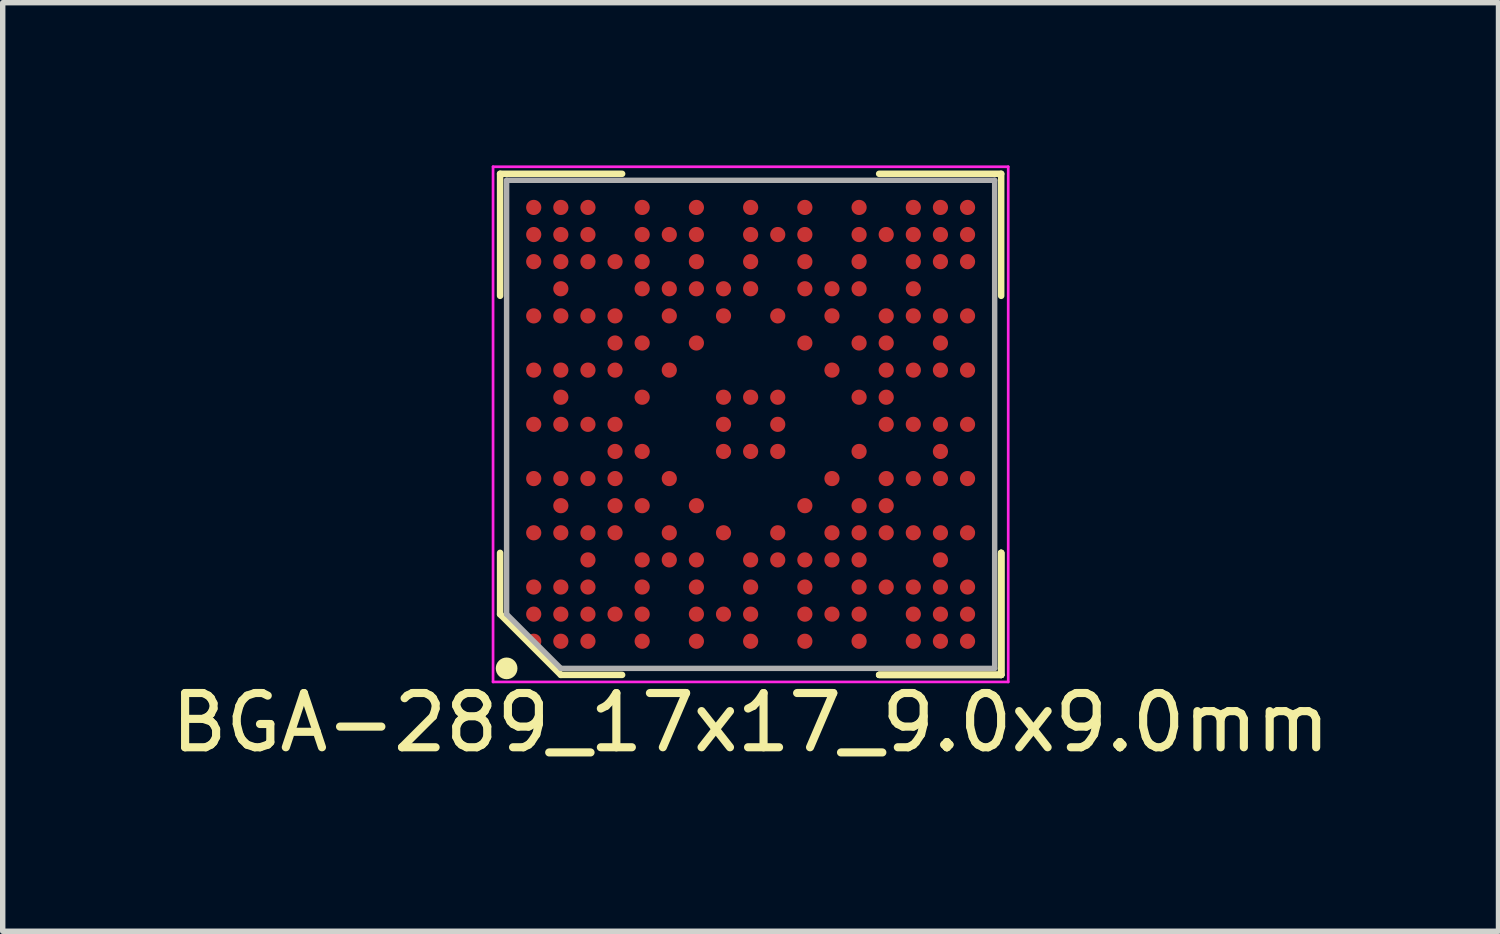
<source format=kicad_pcb>
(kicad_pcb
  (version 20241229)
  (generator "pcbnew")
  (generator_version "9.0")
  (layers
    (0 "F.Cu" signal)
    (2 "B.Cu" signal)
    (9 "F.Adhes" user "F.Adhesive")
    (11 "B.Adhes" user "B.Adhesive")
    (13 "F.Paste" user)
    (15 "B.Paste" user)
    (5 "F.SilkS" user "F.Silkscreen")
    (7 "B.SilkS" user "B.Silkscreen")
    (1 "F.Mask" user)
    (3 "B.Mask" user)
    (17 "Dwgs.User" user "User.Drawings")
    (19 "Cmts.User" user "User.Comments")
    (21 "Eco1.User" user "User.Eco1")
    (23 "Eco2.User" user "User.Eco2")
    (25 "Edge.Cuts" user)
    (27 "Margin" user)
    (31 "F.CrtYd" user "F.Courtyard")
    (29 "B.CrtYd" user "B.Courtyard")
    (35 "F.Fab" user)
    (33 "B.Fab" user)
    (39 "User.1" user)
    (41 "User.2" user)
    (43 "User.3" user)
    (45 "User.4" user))
  (footprint "BGA-289_17x17_9.0x9.0mm"
    (layer "F.Cu")
    (at 10.792 4.775)
    (property "Reference" "BGA-289_17x17_9.0x9.0mm" (at 0 5.5 0) (layer "F.SilkS") (effects (font (size 1 1) (thickness 0.15))))
    (attr through_hole)
    (fp_line (start -4.62 -4.62) (end -4.62 -2.37) (stroke (width 0.12) (type solid)) (layer "F.SilkS"))
    (fp_line (start -4.62 3.5) (end -4.62 2.37) (stroke (width 0.12) (type solid)) (layer "F.SilkS"))
    (fp_line (start -3.5 4.62) (end -4.62 3.5) (stroke (width 0.12) (type solid)) (layer "F.SilkS"))
    (fp_line (start -2.37 -4.62) (end -4.62 -4.62) (stroke (width 0.12) (type solid)) (layer "F.SilkS"))
    (fp_line (start -2.37 4.62) (end -3.5 4.62) (stroke (width 0.12) (type solid)) (layer "F.SilkS"))
    (fp_line (start 2.37 -4.62) (end 4.62 -4.62) (stroke (width 0.12) (type solid)) (layer "F.SilkS"))
    (fp_line (start 2.37 4.62) (end 4.62 4.62) (stroke (width 0.12) (type solid)) (layer "F.SilkS"))
    (fp_line (start 2.37 4.62) (end 4.62 4.62) (stroke (width 0.12) (type solid)) (layer "F.SilkS"))
    (fp_line (start 2.37 4.62) (end 4.62 4.62) (stroke (width 0.12) (type solid)) (layer "F.SilkS"))
    (fp_line (start 4.62 -4.62) (end 4.62 -2.37) (stroke (width 0.12) (type solid)) (layer "F.SilkS"))
    (fp_line (start 4.62 4.62) (end 4.62 2.37) (stroke (width 0.12) (type solid)) (layer "F.SilkS"))
    (fp_line (start 4.62 4.62) (end 4.62 2.37) (stroke (width 0.12) (type solid)) (layer "F.SilkS"))
    (fp_line (start 4.62 4.62) (end 4.62 2.37) (stroke (width 0.12) (type solid)) (layer "F.SilkS"))
    (fp_circle (center -4.5 4.5) (end -4.5 4.4) (stroke (width 0.2) (type solid)) (fill no) (layer "F.SilkS"))
    (fp_line (start -4.75 -4.75) (end -4.75 4.75) (stroke (width 0.05) (type solid)) (layer "F.CrtYd"))
    (fp_line (start -4.75 4.75) (end 4.75 4.75) (stroke (width 0.05) (type solid)) (layer "F.CrtYd"))
    (fp_line (start 4.75 -4.75) (end -4.75 -4.75) (stroke (width 0.05) (type solid)) (layer "F.CrtYd"))
    (fp_line (start 4.75 4.75) (end 4.75 -4.75) (stroke (width 0.05) (type solid)) (layer "F.CrtYd"))
    (fp_line (start -4.5 -4.5) (end 4.5 -4.5) (stroke (width 0.1) (type solid)) (layer "F.Fab"))
    (fp_line (start -4.5 3.5) (end -4.5 -4.5) (stroke (width 0.1) (type solid)) (layer "F.Fab"))
    (fp_line (start -3.5 4.5) (end -4.5 3.5) (stroke (width 0.1) (type solid)) (layer "F.Fab"))
    (fp_line (start 4.5 -4.5) (end 4.5 4.5) (stroke (width 0.1) (type solid)) (layer "F.Fab"))
    (fp_line (start 4.5 4.5) (end -3.5 4.5) (stroke (width 0.1) (type solid)) (layer "F.Fab"))
    (pad "A1" smd circle (at -4 4 180) (size 0.28 0.28) (layers "F.Cu" "F.Mask" "F.Paste"))
    (pad "A2" smd circle (at -3.5 4 180) (size 0.28 0.28) (layers "F.Cu" "F.Mask" "F.Paste"))
    (pad "A3" smd circle (at -3 4 180) (size 0.28 0.28) (layers "F.Cu" "F.Mask" "F.Paste"))
    (pad "A5" smd circle (at -2 4 180) (size 0.28 0.28) (layers "F.Cu" "F.Mask" "F.Paste"))
    (pad "A7" smd circle (at -1 4 180) (size 0.28 0.28) (layers "F.Cu" "F.Mask" "F.Paste"))
    (pad "A9" smd circle (at 0 4 180) (size 0.28 0.28) (layers "F.Cu" "F.Mask" "F.Paste"))
    (pad "A11" smd circle (at 1 4 180) (size 0.28 0.28) (layers "F.Cu" "F.Mask" "F.Paste"))
    (pad "A13" smd circle (at 2 4 180) (size 0.28 0.28) (layers "F.Cu" "F.Mask" "F.Paste"))
    (pad "A15" smd circle (at 3 4 180) (size 0.28 0.28) (layers "F.Cu" "F.Mask" "F.Paste"))
    (pad "A16" smd circle (at 3.5 4 180) (size 0.28 0.28) (layers "F.Cu" "F.Mask" "F.Paste"))
    (pad "A17" smd circle (at 4 4 180) (size 0.28 0.28) (layers "F.Cu" "F.Mask" "F.Paste"))
    (pad "B1" smd circle (at -4 3.5 180) (size 0.28 0.28) (layers "F.Cu" "F.Mask" "F.Paste"))
    (pad "B2" smd circle (at -3.5 3.5 180) (size 0.28 0.28) (layers "F.Cu" "F.Mask" "F.Paste"))
    (pad "B3" smd circle (at -3 3.5 180) (size 0.28 0.28) (layers "F.Cu" "F.Mask" "F.Paste"))
    (pad "B4" smd circle (at -2.5 3.5 180) (size 0.28 0.28) (layers "F.Cu" "F.Mask" "F.Paste"))
    (pad "B5" smd circle (at -2 3.5 180) (size 0.28 0.28) (layers "F.Cu" "F.Mask" "F.Paste"))
    (pad "B7" smd circle (at -1 3.5 180) (size 0.28 0.28) (layers "F.Cu" "F.Mask" "F.Paste"))
    (pad "B8" smd circle (at -0.5 3.5 180) (size 0.28 0.28) (layers "F.Cu" "F.Mask" "F.Paste"))
    (pad "B9" smd circle (at 0 3.5 180) (size 0.28 0.28) (layers "F.Cu" "F.Mask" "F.Paste"))
    (pad "B11" smd circle (at 1 3.5 180) (size 0.28 0.28) (layers "F.Cu" "F.Mask" "F.Paste"))
    (pad "B12" smd circle (at 1.5 3.5 180) (size 0.28 0.28) (layers "F.Cu" "F.Mask" "F.Paste"))
    (pad "B13" smd circle (at 2 3.5 180) (size 0.28 0.28) (layers "F.Cu" "F.Mask" "F.Paste"))
    (pad "B15" smd circle (at 3 3.5 180) (size 0.28 0.28) (layers "F.Cu" "F.Mask" "F.Paste"))
    (pad "B16" smd circle (at 3.5 3.5 180) (size 0.28 0.28) (layers "F.Cu" "F.Mask" "F.Paste"))
    (pad "B17" smd circle (at 4 3.5 180) (size 0.28 0.28) (layers "F.Cu" "F.Mask" "F.Paste"))
    (pad "C1" smd circle (at -4 3 180) (size 0.28 0.28) (layers "F.Cu" "F.Mask" "F.Paste"))
    (pad "C2" smd circle (at -3.5 3 180) (size 0.28 0.28) (layers "F.Cu" "F.Mask" "F.Paste"))
    (pad "C3" smd circle (at -3 3 180) (size 0.28 0.28) (layers "F.Cu" "F.Mask" "F.Paste"))
    (pad "C5" smd circle (at -2 3 180) (size 0.28 0.28) (layers "F.Cu" "F.Mask" "F.Paste"))
    (pad "C7" smd circle (at -1 3 180) (size 0.28 0.28) (layers "F.Cu" "F.Mask" "F.Paste"))
    (pad "C9" smd circle (at 0 3 180) (size 0.28 0.28) (layers "F.Cu" "F.Mask" "F.Paste"))
    (pad "C11" smd circle (at 1 3 180) (size 0.28 0.28) (layers "F.Cu" "F.Mask" "F.Paste"))
    (pad "C13" smd circle (at 2 3 180) (size 0.28 0.28) (layers "F.Cu" "F.Mask" "F.Paste"))
    (pad "C14" smd circle (at 2.5 3 180) (size 0.28 0.28) (layers "F.Cu" "F.Mask" "F.Paste"))
    (pad "C15" smd circle (at 3 3 180) (size 0.28 0.28) (layers "F.Cu" "F.Mask" "F.Paste"))
    (pad "C16" smd circle (at 3.5 3 180) (size 0.28 0.28) (layers "F.Cu" "F.Mask" "F.Paste"))
    (pad "C17" smd circle (at 4 3 180) (size 0.28 0.28) (layers "F.Cu" "F.Mask" "F.Paste"))
    (pad "D3" smd circle (at -3 2.5 180) (size 0.28 0.28) (layers "F.Cu" "F.Mask" "F.Paste"))
    (pad "D5" smd circle (at -2 2.5 180) (size 0.28 0.28) (layers "F.Cu" "F.Mask" "F.Paste"))
    (pad "D6" smd circle (at -1.5 2.5 180) (size 0.28 0.28) (layers "F.Cu" "F.Mask" "F.Paste"))
    (pad "D7" smd circle (at -1 2.5 180) (size 0.28 0.28) (layers "F.Cu" "F.Mask" "F.Paste"))
    (pad "D9" smd circle (at 0 2.5 180) (size 0.28 0.28) (layers "F.Cu" "F.Mask" "F.Paste"))
    (pad "D10" smd circle (at 0.5 2.5 180) (size 0.28 0.28) (layers "F.Cu" "F.Mask" "F.Paste"))
    (pad "D11" smd circle (at 1 2.5 180) (size 0.28 0.28) (layers "F.Cu" "F.Mask" "F.Paste"))
    (pad "D12" smd circle (at 1.5 2.5 180) (size 0.28 0.28) (layers "F.Cu" "F.Mask" "F.Paste"))
    (pad "D13" smd circle (at 2 2.5 180) (size 0.28 0.28) (layers "F.Cu" "F.Mask" "F.Paste"))
    (pad "D16" smd circle (at 3.5 2.5 180) (size 0.28 0.28) (layers "F.Cu" "F.Mask" "F.Paste"))
    (pad "E1" smd circle (at -4 2 180) (size 0.28 0.28) (layers "F.Cu" "F.Mask" "F.Paste"))
    (pad "E2" smd circle (at -3.5 2 180) (size 0.28 0.28) (layers "F.Cu" "F.Mask" "F.Paste"))
    (pad "E3" smd circle (at -3 2 180) (size 0.28 0.28) (layers "F.Cu" "F.Mask" "F.Paste"))
    (pad "E4" smd circle (at -2.5 2 180) (size 0.28 0.28) (layers "F.Cu" "F.Mask" "F.Paste"))
    (pad "E6" smd circle (at -1.5 2 180) (size 0.28 0.28) (layers "F.Cu" "F.Mask" "F.Paste"))
    (pad "E8" smd circle (at -0.5 2 180) (size 0.28 0.28) (layers "F.Cu" "F.Mask" "F.Paste"))
    (pad "E10" smd circle (at 0.5 2 180) (size 0.28 0.28) (layers "F.Cu" "F.Mask" "F.Paste"))
    (pad "E12" smd circle (at 1.5 2 180) (size 0.28 0.28) (layers "F.Cu" "F.Mask" "F.Paste"))
    (pad "E13" smd circle (at 2 2 180) (size 0.28 0.28) (layers "F.Cu" "F.Mask" "F.Paste"))
    (pad "E14" smd circle (at 2.5 2 180) (size 0.28 0.28) (layers "F.Cu" "F.Mask" "F.Paste"))
    (pad "E15" smd circle (at 3 2 180) (size 0.28 0.28) (layers "F.Cu" "F.Mask" "F.Paste"))
    (pad "E16" smd circle (at 3.5 2 180) (size 0.28 0.28) (layers "F.Cu" "F.Mask" "F.Paste"))
    (pad "E17" smd circle (at 4 2 180) (size 0.28 0.28) (layers "F.Cu" "F.Mask" "F.Paste"))
    (pad "F2" smd circle (at -3.5 1.5 180) (size 0.28 0.28) (layers "F.Cu" "F.Mask" "F.Paste"))
    (pad "F4" smd circle (at -2.5 1.5 180) (size 0.28 0.28) (layers "F.Cu" "F.Mask" "F.Paste"))
    (pad "F5" smd circle (at -2 1.5 180) (size 0.28 0.28) (layers "F.Cu" "F.Mask" "F.Paste"))
    (pad "F7" smd circle (at -1 1.5 180) (size 0.28 0.28) (layers "F.Cu" "F.Mask" "F.Paste"))
    (pad "F11" smd circle (at 1 1.5 180) (size 0.28 0.28) (layers "F.Cu" "F.Mask" "F.Paste"))
    (pad "F13" smd circle (at 2 1.5 180) (size 0.28 0.28) (layers "F.Cu" "F.Mask" "F.Paste"))
    (pad "F14" smd circle (at 2.5 1.5 180) (size 0.28 0.28) (layers "F.Cu" "F.Mask" "F.Paste"))
    (pad "G1" smd circle (at -4 1 180) (size 0.28 0.28) (layers "F.Cu" "F.Mask" "F.Paste"))
    (pad "G2" smd circle (at -3.5 1 180) (size 0.28 0.28) (layers "F.Cu" "F.Mask" "F.Paste"))
    (pad "G3" smd circle (at -3 1 180) (size 0.28 0.28) (layers "F.Cu" "F.Mask" "F.Paste"))
    (pad "G4" smd circle (at -2.5 1 180) (size 0.28 0.28) (layers "F.Cu" "F.Mask" "F.Paste"))
    (pad "G6" smd circle (at -1.5 1 180) (size 0.28 0.28) (layers "F.Cu" "F.Mask" "F.Paste"))
    (pad "G12" smd circle (at 1.5 1 180) (size 0.28 0.28) (layers "F.Cu" "F.Mask" "F.Paste"))
    (pad "G14" smd circle (at 2.5 1 180) (size 0.28 0.28) (layers "F.Cu" "F.Mask" "F.Paste"))
    (pad "G15" smd circle (at 3 1 180) (size 0.28 0.28) (layers "F.Cu" "F.Mask" "F.Paste"))
    (pad "G16" smd circle (at 3.5 1 180) (size 0.28 0.28) (layers "F.Cu" "F.Mask" "F.Paste"))
    (pad "G17" smd circle (at 4 1 180) (size 0.28 0.28) (layers "F.Cu" "F.Mask" "F.Paste"))
    (pad "H4" smd circle (at -2.5 0.5 180) (size 0.28 0.28) (layers "F.Cu" "F.Mask" "F.Paste"))
    (pad "H5" smd circle (at -2 0.5 180) (size 0.28 0.28) (layers "F.Cu" "F.Mask" "F.Paste"))
    (pad "H8" smd circle (at -0.5 0.5 180) (size 0.28 0.28) (layers "F.Cu" "F.Mask" "F.Paste"))
    (pad "H9" smd circle (at 0 0.5 180) (size 0.28 0.28) (layers "F.Cu" "F.Mask" "F.Paste"))
    (pad "H10" smd circle (at 0.5 0.5 180) (size 0.28 0.28) (layers "F.Cu" "F.Mask" "F.Paste"))
    (pad "H13" smd circle (at 2 0.5 180) (size 0.28 0.28) (layers "F.Cu" "F.Mask" "F.Paste"))
    (pad "H16" smd circle (at 3.5 0.5 180) (size 0.28 0.28) (layers "F.Cu" "F.Mask" "F.Paste"))
    (pad "J1" smd circle (at -4 0 180) (size 0.28 0.28) (layers "F.Cu" "F.Mask" "F.Paste"))
    (pad "J2" smd circle (at -3.5 0 180) (size 0.28 0.28) (layers "F.Cu" "F.Mask" "F.Paste"))
    (pad "J3" smd circle (at -3 0 180) (size 0.28 0.28) (layers "F.Cu" "F.Mask" "F.Paste"))
    (pad "J4" smd circle (at -2.5 0 180) (size 0.28 0.28) (layers "F.Cu" "F.Mask" "F.Paste"))
    (pad "J8" smd circle (at -0.5 0 180) (size 0.28 0.28) (layers "F.Cu" "F.Mask" "F.Paste"))
    (pad "J10" smd circle (at 0.5 0 180) (size 0.28 0.28) (layers "F.Cu" "F.Mask" "F.Paste"))
    (pad "J14" smd circle (at 2.5 0 180) (size 0.28 0.28) (layers "F.Cu" "F.Mask" "F.Paste"))
    (pad "J15" smd circle (at 3 0 180) (size 0.28 0.28) (layers "F.Cu" "F.Mask" "F.Paste"))
    (pad "J16" smd circle (at 3.5 0 180) (size 0.28 0.28) (layers "F.Cu" "F.Mask" "F.Paste"))
    (pad "J17" smd circle (at 4 0 180) (size 0.28 0.28) (layers "F.Cu" "F.Mask" "F.Paste"))
    (pad "K2" smd circle (at -3.5 -0.5 180) (size 0.28 0.28) (layers "F.Cu" "F.Mask" "F.Paste"))
    (pad "K5" smd circle (at -2 -0.5 180) (size 0.28 0.28) (layers "F.Cu" "F.Mask" "F.Paste"))
    (pad "K8" smd circle (at -0.5 -0.5 180) (size 0.28 0.28) (layers "F.Cu" "F.Mask" "F.Paste"))
    (pad "K9" smd circle (at 0 -0.5 180) (size 0.28 0.28) (layers "F.Cu" "F.Mask" "F.Paste"))
    (pad "K10" smd circle (at 0.5 -0.5 180) (size 0.28 0.28) (layers "F.Cu" "F.Mask" "F.Paste"))
    (pad "K13" smd circle (at 2 -0.5 180) (size 0.28 0.28) (layers "F.Cu" "F.Mask" "F.Paste"))
    (pad "K14" smd circle (at 2.5 -0.5 180) (size 0.28 0.28) (layers "F.Cu" "F.Mask" "F.Paste"))
    (pad "L1" smd circle (at -4 -1 180) (size 0.28 0.28) (layers "F.Cu" "F.Mask" "F.Paste"))
    (pad "L2" smd circle (at -3.5 -1 180) (size 0.28 0.28) (layers "F.Cu" "F.Mask" "F.Paste"))
    (pad "L3" smd circle (at -3 -1 180) (size 0.28 0.28) (layers "F.Cu" "F.Mask" "F.Paste"))
    (pad "L4" smd circle (at -2.5 -1 180) (size 0.28 0.28) (layers "F.Cu" "F.Mask" "F.Paste"))
    (pad "L6" smd circle (at -1.5 -1 180) (size 0.28 0.28) (layers "F.Cu" "F.Mask" "F.Paste"))
    (pad "L12" smd circle (at 1.5 -1 180) (size 0.28 0.28) (layers "F.Cu" "F.Mask" "F.Paste"))
    (pad "L14" smd circle (at 2.5 -1 180) (size 0.28 0.28) (layers "F.Cu" "F.Mask" "F.Paste"))
    (pad "L15" smd circle (at 3 -1 180) (size 0.28 0.28) (layers "F.Cu" "F.Mask" "F.Paste"))
    (pad "L16" smd circle (at 3.5 -1 180) (size 0.28 0.28) (layers "F.Cu" "F.Mask" "F.Paste"))
    (pad "L17" smd circle (at 4 -1 180) (size 0.28 0.28) (layers "F.Cu" "F.Mask" "F.Paste"))
    (pad "M4" smd circle (at -2.5 -1.5 180) (size 0.28 0.28) (layers "F.Cu" "F.Mask" "F.Paste"))
    (pad "M5" smd circle (at -2 -1.5 180) (size 0.28 0.28) (layers "F.Cu" "F.Mask" "F.Paste"))
    (pad "M7" smd circle (at -1 -1.5 180) (size 0.28 0.28) (layers "F.Cu" "F.Mask" "F.Paste"))
    (pad "M11" smd circle (at 1 -1.5 180) (size 0.28 0.28) (layers "F.Cu" "F.Mask" "F.Paste"))
    (pad "M13" smd circle (at 2 -1.5 180) (size 0.28 0.28) (layers "F.Cu" "F.Mask" "F.Paste"))
    (pad "M14" smd circle (at 2.5 -1.5 180) (size 0.28 0.28) (layers "F.Cu" "F.Mask" "F.Paste"))
    (pad "M16" smd circle (at 3.5 -1.5 180) (size 0.28 0.28) (layers "F.Cu" "F.Mask" "F.Paste"))
    (pad "N1" smd circle (at -4 -2 180) (size 0.28 0.28) (layers "F.Cu" "F.Mask" "F.Paste"))
    (pad "N2" smd circle (at -3.5 -2 180) (size 0.28 0.28) (layers "F.Cu" "F.Mask" "F.Paste"))
    (pad "N3" smd circle (at -3 -2 180) (size 0.28 0.28) (layers "F.Cu" "F.Mask" "F.Paste"))
    (pad "N4" smd circle (at -2.5 -2 180) (size 0.28 0.28) (layers "F.Cu" "F.Mask" "F.Paste"))
    (pad "N6" smd circle (at -1.5 -2 180) (size 0.28 0.28) (layers "F.Cu" "F.Mask" "F.Paste"))
    (pad "N8" smd circle (at -0.5 -2 180) (size 0.28 0.28) (layers "F.Cu" "F.Mask" "F.Paste"))
    (pad "N10" smd circle (at 0.5 -2 180) (size 0.28 0.28) (layers "F.Cu" "F.Mask" "F.Paste"))
    (pad "N12" smd circle (at 1.5 -2 180) (size 0.28 0.28) (layers "F.Cu" "F.Mask" "F.Paste"))
    (pad "N14" smd circle (at 2.5 -2 180) (size 0.28 0.28) (layers "F.Cu" "F.Mask" "F.Paste"))
    (pad "N15" smd circle (at 3 -2 180) (size 0.28 0.28) (layers "F.Cu" "F.Mask" "F.Paste"))
    (pad "N16" smd circle (at 3.5 -2 180) (size 0.28 0.28) (layers "F.Cu" "F.Mask" "F.Paste"))
    (pad "N17" smd circle (at 4 -2 180) (size 0.28 0.28) (layers "F.Cu" "F.Mask" "F.Paste"))
    (pad "P2" smd circle (at -3.5 -2.5 180) (size 0.28 0.28) (layers "F.Cu" "F.Mask" "F.Paste"))
    (pad "P5" smd circle (at -2 -2.5 180) (size 0.28 0.28) (layers "F.Cu" "F.Mask" "F.Paste"))
    (pad "P6" smd circle (at -1.5 -2.5 180) (size 0.28 0.28) (layers "F.Cu" "F.Mask" "F.Paste"))
    (pad "P7" smd circle (at -1 -2.5 180) (size 0.28 0.28) (layers "F.Cu" "F.Mask" "F.Paste"))
    (pad "P8" smd circle (at -0.5 -2.5 180) (size 0.28 0.28) (layers "F.Cu" "F.Mask" "F.Paste"))
    (pad "P9" smd circle (at 0 -2.5 180) (size 0.28 0.28) (layers "F.Cu" "F.Mask" "F.Paste"))
    (pad "P11" smd circle (at 1 -2.5 180) (size 0.28 0.28) (layers "F.Cu" "F.Mask" "F.Paste"))
    (pad "P12" smd circle (at 1.5 -2.5 180) (size 0.28 0.28) (layers "F.Cu" "F.Mask" "F.Paste"))
    (pad "P13" smd circle (at 2 -2.5 180) (size 0.28 0.28) (layers "F.Cu" "F.Mask" "F.Paste"))
    (pad "P15" smd circle (at 3 -2.5 180) (size 0.28 0.28) (layers "F.Cu" "F.Mask" "F.Paste"))
    (pad "R1" smd circle (at -4 -3 180) (size 0.28 0.28) (layers "F.Cu" "F.Mask" "F.Paste"))
    (pad "R2" smd circle (at -3.5 -3 180) (size 0.28 0.28) (layers "F.Cu" "F.Mask" "F.Paste"))
    (pad "R3" smd circle (at -3 -3 180) (size 0.28 0.28) (layers "F.Cu" "F.Mask" "F.Paste"))
    (pad "R4" smd circle (at -2.5 -3 180) (size 0.28 0.28) (layers "F.Cu" "F.Mask" "F.Paste"))
    (pad "R5" smd circle (at -2 -3 180) (size 0.28 0.28) (layers "F.Cu" "F.Mask" "F.Paste"))
    (pad "R7" smd circle (at -1 -3 180) (size 0.28 0.28) (layers "F.Cu" "F.Mask" "F.Paste"))
    (pad "R9" smd circle (at 0 -3 180) (size 0.28 0.28) (layers "F.Cu" "F.Mask" "F.Paste"))
    (pad "R11" smd circle (at 1 -3 180) (size 0.28 0.28) (layers "F.Cu" "F.Mask" "F.Paste"))
    (pad "R13" smd circle (at 2 -3 180) (size 0.28 0.28) (layers "F.Cu" "F.Mask" "F.Paste"))
    (pad "R15" smd circle (at 3 -3 180) (size 0.28 0.28) (layers "F.Cu" "F.Mask" "F.Paste"))
    (pad "R16" smd circle (at 3.5 -3 180) (size 0.28 0.28) (layers "F.Cu" "F.Mask" "F.Paste"))
    (pad "R17" smd circle (at 4 -3 180) (size 0.28 0.28) (layers "F.Cu" "F.Mask" "F.Paste"))
    (pad "T1" smd circle (at -4 -3.5 180) (size 0.28 0.28) (layers "F.Cu" "F.Mask" "F.Paste"))
    (pad "T2" smd circle (at -3.5 -3.5 180) (size 0.28 0.28) (layers "F.Cu" "F.Mask" "F.Paste"))
    (pad "T3" smd circle (at -3 -3.5 180) (size 0.28 0.28) (layers "F.Cu" "F.Mask" "F.Paste"))
    (pad "T5" smd circle (at -2 -3.5 180) (size 0.28 0.28) (layers "F.Cu" "F.Mask" "F.Paste"))
    (pad "T6" smd circle (at -1.5 -3.5 180) (size 0.28 0.28) (layers "F.Cu" "F.Mask" "F.Paste"))
    (pad "T7" smd circle (at -1 -3.5 180) (size 0.28 0.28) (layers "F.Cu" "F.Mask" "F.Paste"))
    (pad "T9" smd circle (at 0 -3.5 180) (size 0.28 0.28) (layers "F.Cu" "F.Mask" "F.Paste"))
    (pad "T10" smd circle (at 0.5 -3.5 180) (size 0.28 0.28) (layers "F.Cu" "F.Mask" "F.Paste"))
    (pad "T11" smd circle (at 1 -3.5 180) (size 0.28 0.28) (layers "F.Cu" "F.Mask" "F.Paste"))
    (pad "T13" smd circle (at 2 -3.5 180) (size 0.28 0.28) (layers "F.Cu" "F.Mask" "F.Paste"))
    (pad "T14" smd circle (at 2.5 -3.5 180) (size 0.28 0.28) (layers "F.Cu" "F.Mask" "F.Paste"))
    (pad "T15" smd circle (at 3 -3.5 180) (size 0.28 0.28) (layers "F.Cu" "F.Mask" "F.Paste"))
    (pad "T16" smd circle (at 3.5 -3.5 180) (size 0.28 0.28) (layers "F.Cu" "F.Mask" "F.Paste"))
    (pad "T17" smd circle (at 4 -3.5 180) (size 0.28 0.28) (layers "F.Cu" "F.Mask" "F.Paste"))
    (pad "U1" smd circle (at -4 -4 180) (size 0.28 0.28) (layers "F.Cu" "F.Mask" "F.Paste"))
    (pad "U2" smd circle (at -3.5 -4 180) (size 0.28 0.28) (layers "F.Cu" "F.Mask" "F.Paste"))
    (pad "U3" smd circle (at -3 -4 180) (size 0.28 0.28) (layers "F.Cu" "F.Mask" "F.Paste"))
    (pad "U5" smd circle (at -2 -4 180) (size 0.28 0.28) (layers "F.Cu" "F.Mask" "F.Paste"))
    (pad "U7" smd circle (at -1 -4 180) (size 0.28 0.28) (layers "F.Cu" "F.Mask" "F.Paste"))
    (pad "U9" smd circle (at 0 -4 180) (size 0.28 0.28) (layers "F.Cu" "F.Mask" "F.Paste"))
    (pad "U11" smd circle (at 1 -4 180) (size 0.28 0.28) (layers "F.Cu" "F.Mask" "F.Paste"))
    (pad "U13" smd circle (at 2 -4 180) (size 0.28 0.28) (layers "F.Cu" "F.Mask" "F.Paste"))
    (pad "U15" smd circle (at 3 -4 180) (size 0.28 0.28) (layers "F.Cu" "F.Mask" "F.Paste"))
    (pad "U16" smd circle (at 3.5 -4 180) (size 0.28 0.28) (layers "F.Cu" "F.Mask" "F.Paste"))
    (pad "U17" smd circle (at 4 -4 180) (size 0.28 0.28) (layers "F.Cu" "F.Mask" "F.Paste")))
  (gr_rect
    (start -3 -3)
    (end 24.583 14.123)
    (stroke (width 0.1) (type default))
    (fill no)
    (layer "Edge.Cuts")))
</source>
